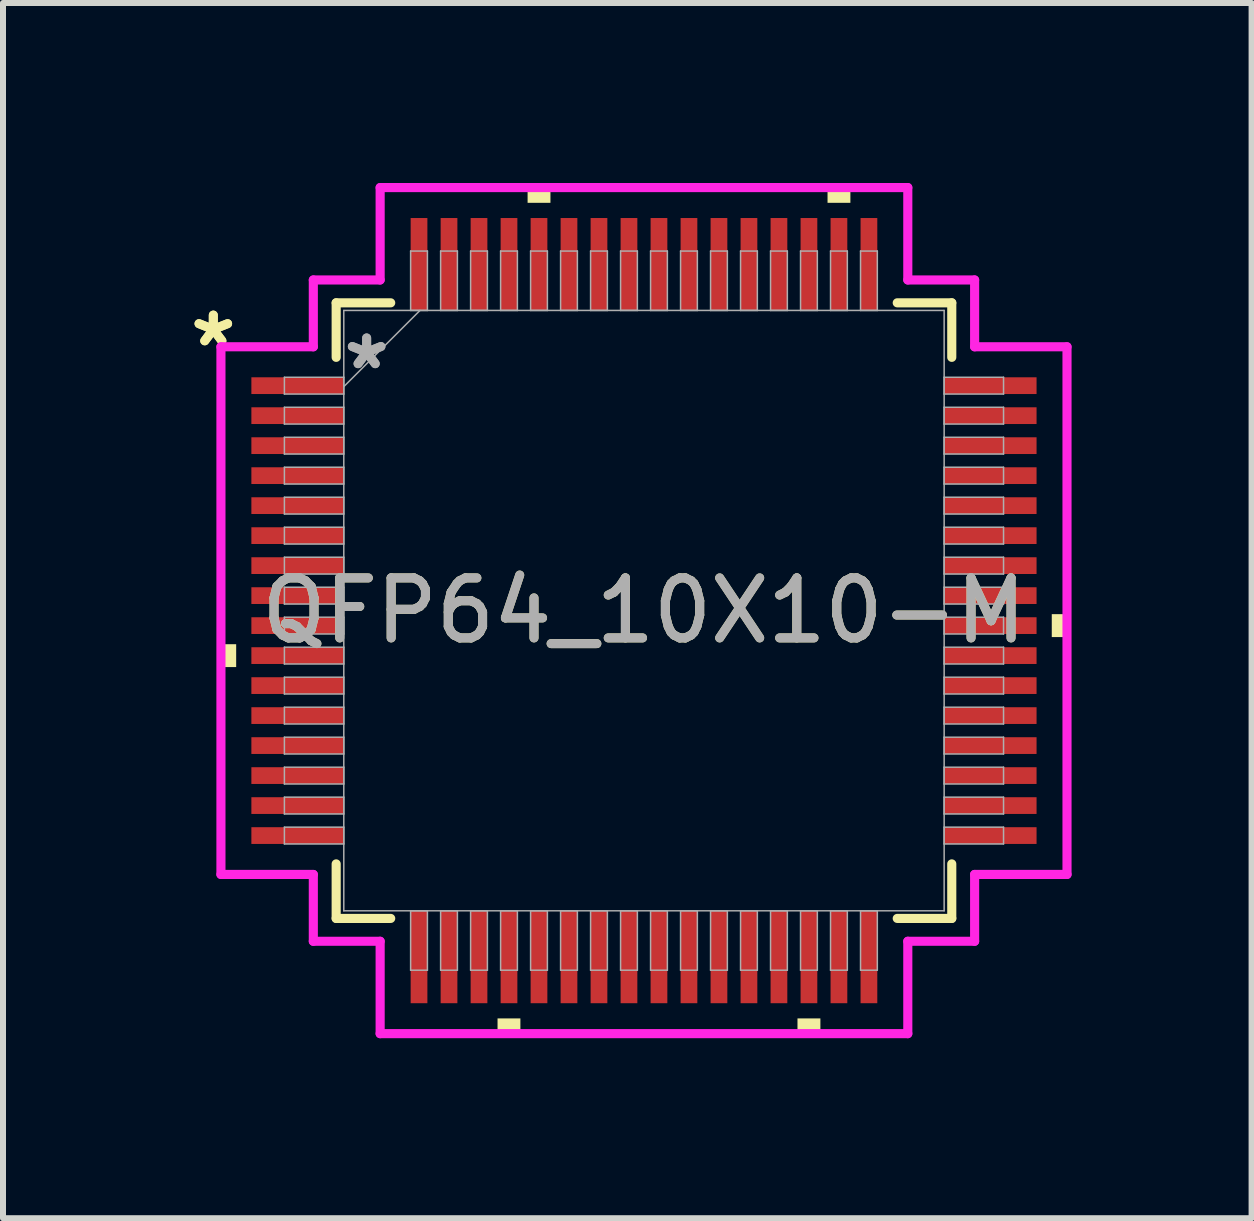
<source format=kicad_pcb>
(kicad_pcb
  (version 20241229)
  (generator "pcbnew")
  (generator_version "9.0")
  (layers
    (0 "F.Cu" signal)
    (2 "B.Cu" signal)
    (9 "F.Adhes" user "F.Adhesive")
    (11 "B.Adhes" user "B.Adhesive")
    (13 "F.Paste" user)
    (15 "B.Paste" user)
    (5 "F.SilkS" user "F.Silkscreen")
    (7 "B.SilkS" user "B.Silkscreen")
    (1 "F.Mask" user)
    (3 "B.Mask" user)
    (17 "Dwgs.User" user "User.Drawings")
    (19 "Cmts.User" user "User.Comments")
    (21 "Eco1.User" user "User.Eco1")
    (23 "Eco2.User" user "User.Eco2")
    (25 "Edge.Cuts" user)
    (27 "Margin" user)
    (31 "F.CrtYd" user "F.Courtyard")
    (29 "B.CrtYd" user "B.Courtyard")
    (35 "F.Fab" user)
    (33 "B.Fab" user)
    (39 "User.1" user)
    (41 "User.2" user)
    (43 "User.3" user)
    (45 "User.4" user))
  (footprint "QFP64_10X10-M"
    (layer "F.Cu")
    (at 7.685 7.129)
    (property "Reference" "QFP64_10X10-M" (at 0 0 0) (unlocked yes) (layer "F.SilkS") (effects (font (size 1 1) (thickness 0.15))))
    (attr smd)
    (fp_line (start -5.131 -5.131) (end -5.131 -4.222) (stroke (width 0.152) (type solid)) (layer "F.SilkS"))
    (fp_line (start -5.131 4.222) (end -5.131 5.131) (stroke (width 0.152) (type solid)) (layer "F.SilkS"))
    (fp_line (start -5.131 5.131) (end -4.222 5.131) (stroke (width 0.152) (type solid)) (layer "F.SilkS"))
    (fp_line (start -4.222 -5.131) (end -5.131 -5.131) (stroke (width 0.152) (type solid)) (layer "F.SilkS"))
    (fp_line (start 4.222 5.131) (end 5.131 5.131) (stroke (width 0.152) (type solid)) (layer "F.SilkS"))
    (fp_line (start 5.131 -5.131) (end 4.222 -5.131) (stroke (width 0.152) (type solid)) (layer "F.SilkS"))
    (fp_line (start 5.131 -4.222) (end 5.131 -5.131) (stroke (width 0.152) (type solid)) (layer "F.SilkS"))
    (fp_line (start 5.131 5.131) (end 5.131 4.222) (stroke (width 0.152) (type solid)) (layer "F.SilkS"))
    (fp_poly (pts (xy -7.052 0.56) (xy -7.052 0.941) (xy -6.798 0.941) (xy -6.798 0.56)) (stroke (width 0) (type solid)) (fill yes) (layer "F.SilkS"))
    (fp_poly (pts (xy -2.441 6.798) (xy -2.441 7.052) (xy -2.06 7.052) (xy -2.06 6.798)) (stroke (width 0) (type solid)) (fill yes) (layer "F.SilkS"))
    (fp_poly (pts (xy -1.94 -6.798) (xy -1.94 -7.052) (xy -1.559 -7.052) (xy -1.559 -6.798)) (stroke (width 0) (type solid)) (fill yes) (layer "F.SilkS"))
    (fp_poly (pts (xy 2.559 6.798) (xy 2.559 7.052) (xy 2.941 7.052) (xy 2.941 6.798)) (stroke (width 0) (type solid)) (fill yes) (layer "F.SilkS"))
    (fp_poly (pts (xy 3.06 -6.798) (xy 3.06 -7.052) (xy 3.441 -7.052) (xy 3.441 -6.798)) (stroke (width 0) (type solid)) (fill yes) (layer "F.SilkS"))
    (fp_poly (pts (xy 7.052 0.059) (xy 7.052 0.441) (xy 6.798 0.441) (xy 6.798 0.059)) (stroke (width 0) (type solid)) (fill yes) (layer "F.SilkS"))
    (fp_line (start -7.052 -4.398) (end -5.512 -4.398) (stroke (width 0.152) (type solid)) (layer "F.CrtYd"))
    (fp_line (start -7.052 4.398) (end -7.052 -4.398) (stroke (width 0.152) (type solid)) (layer "F.CrtYd"))
    (fp_line (start -5.512 -5.512) (end -4.398 -5.512) (stroke (width 0.152) (type solid)) (layer "F.CrtYd"))
    (fp_line (start -5.512 -4.398) (end -5.512 -5.512) (stroke (width 0.152) (type solid)) (layer "F.CrtYd"))
    (fp_line (start -5.512 4.398) (end -7.052 4.398) (stroke (width 0.152) (type solid)) (layer "F.CrtYd"))
    (fp_line (start -5.512 5.512) (end -5.512 4.398) (stroke (width 0.152) (type solid)) (layer "F.CrtYd"))
    (fp_line (start -5.512 5.512) (end -4.398 5.512) (stroke (width 0.152) (type solid)) (layer "F.CrtYd"))
    (fp_line (start -4.398 -7.052) (end 4.398 -7.052) (stroke (width 0.152) (type solid)) (layer "F.CrtYd"))
    (fp_line (start -4.398 -5.512) (end -4.398 -7.052) (stroke (width 0.152) (type solid)) (layer "F.CrtYd"))
    (fp_line (start -4.398 5.512) (end -4.398 7.052) (stroke (width 0.152) (type solid)) (layer "F.CrtYd"))
    (fp_line (start -4.398 7.052) (end 4.398 7.052) (stroke (width 0.152) (type solid)) (layer "F.CrtYd"))
    (fp_line (start 4.398 -7.052) (end 4.398 -5.512) (stroke (width 0.152) (type solid)) (layer "F.CrtYd"))
    (fp_line (start 4.398 -5.512) (end 5.512 -5.512) (stroke (width 0.152) (type solid)) (layer "F.CrtYd"))
    (fp_line (start 4.398 5.512) (end 5.512 5.512) (stroke (width 0.152) (type solid)) (layer "F.CrtYd"))
    (fp_line (start 4.398 7.052) (end 4.398 5.512) (stroke (width 0.152) (type solid)) (layer "F.CrtYd"))
    (fp_line (start 5.512 -4.398) (end 5.512 -5.512) (stroke (width 0.152) (type solid)) (layer "F.CrtYd"))
    (fp_line (start 5.512 4.398) (end 7.052 4.398) (stroke (width 0.152) (type solid)) (layer "F.CrtYd"))
    (fp_line (start 5.512 5.512) (end 5.512 4.398) (stroke (width 0.152) (type solid)) (layer "F.CrtYd"))
    (fp_line (start 7.052 -4.398) (end 5.512 -4.398) (stroke (width 0.152) (type solid)) (layer "F.CrtYd"))
    (fp_line (start 7.052 4.398) (end 7.052 -4.398) (stroke (width 0.152) (type solid)) (layer "F.CrtYd"))
    (fp_line (start -5.994 -3.89) (end -5.994 -3.61) (stroke (width 0.025) (type solid)) (layer "F.Fab"))
    (fp_line (start -5.994 -3.61) (end -5.004 -3.61) (stroke (width 0.025) (type solid)) (layer "F.Fab"))
    (fp_line (start -5.994 -3.39) (end -5.994 -3.11) (stroke (width 0.025) (type solid)) (layer "F.Fab"))
    (fp_line (start -5.994 -3.11) (end -5.004 -3.11) (stroke (width 0.025) (type solid)) (layer "F.Fab"))
    (fp_line (start -5.994 -2.89) (end -5.994 -2.61) (stroke (width 0.025) (type solid)) (layer "F.Fab"))
    (fp_line (start -5.994 -2.61) (end -5.004 -2.61) (stroke (width 0.025) (type solid)) (layer "F.Fab"))
    (fp_line (start -5.994 -2.39) (end -5.994 -2.11) (stroke (width 0.025) (type solid)) (layer "F.Fab"))
    (fp_line (start -5.994 -2.11) (end -5.004 -2.11) (stroke (width 0.025) (type solid)) (layer "F.Fab"))
    (fp_line (start -5.994 -1.89) (end -5.994 -1.61) (stroke (width 0.025) (type solid)) (layer "F.Fab"))
    (fp_line (start -5.994 -1.61) (end -5.004 -1.61) (stroke (width 0.025) (type solid)) (layer "F.Fab"))
    (fp_line (start -5.994 -1.39) (end -5.994 -1.11) (stroke (width 0.025) (type solid)) (layer "F.Fab"))
    (fp_line (start -5.994 -1.11) (end -5.004 -1.11) (stroke (width 0.025) (type solid)) (layer "F.Fab"))
    (fp_line (start -5.994 -0.89) (end -5.994 -0.61) (stroke (width 0.025) (type solid)) (layer "F.Fab"))
    (fp_line (start -5.994 -0.61) (end -5.004 -0.61) (stroke (width 0.025) (type solid)) (layer "F.Fab"))
    (fp_line (start -5.994 -0.39) (end -5.994 -0.11) (stroke (width 0.025) (type solid)) (layer "F.Fab"))
    (fp_line (start -5.994 -0.11) (end -5.004 -0.11) (stroke (width 0.025) (type solid)) (layer "F.Fab"))
    (fp_line (start -5.994 0.11) (end -5.994 0.39) (stroke (width 0.025) (type solid)) (layer "F.Fab"))
    (fp_line (start -5.994 0.39) (end -5.004 0.39) (stroke (width 0.025) (type solid)) (layer "F.Fab"))
    (fp_line (start -5.994 0.61) (end -5.994 0.89) (stroke (width 0.025) (type solid)) (layer "F.Fab"))
    (fp_line (start -5.994 0.89) (end -5.004 0.89) (stroke (width 0.025) (type solid)) (layer "F.Fab"))
    (fp_line (start -5.994 1.11) (end -5.994 1.39) (stroke (width 0.025) (type solid)) (layer "F.Fab"))
    (fp_line (start -5.994 1.39) (end -5.004 1.39) (stroke (width 0.025) (type solid)) (layer "F.Fab"))
    (fp_line (start -5.994 1.61) (end -5.994 1.89) (stroke (width 0.025) (type solid)) (layer "F.Fab"))
    (fp_line (start -5.994 1.89) (end -5.004 1.89) (stroke (width 0.025) (type solid)) (layer "F.Fab"))
    (fp_line (start -5.994 2.11) (end -5.994 2.39) (stroke (width 0.025) (type solid)) (layer "F.Fab"))
    (fp_line (start -5.994 2.39) (end -5.004 2.39) (stroke (width 0.025) (type solid)) (layer "F.Fab"))
    (fp_line (start -5.994 2.61) (end -5.994 2.89) (stroke (width 0.025) (type solid)) (layer "F.Fab"))
    (fp_line (start -5.994 2.89) (end -5.004 2.89) (stroke (width 0.025) (type solid)) (layer "F.Fab"))
    (fp_line (start -5.994 3.11) (end -5.994 3.39) (stroke (width 0.025) (type solid)) (layer "F.Fab"))
    (fp_line (start -5.994 3.39) (end -5.004 3.39) (stroke (width 0.025) (type solid)) (layer "F.Fab"))
    (fp_line (start -5.994 3.61) (end -5.994 3.89) (stroke (width 0.025) (type solid)) (layer "F.Fab"))
    (fp_line (start -5.994 3.89) (end -5.004 3.89) (stroke (width 0.025) (type solid)) (layer "F.Fab"))
    (fp_line (start -5.004 -5.004) (end -5.004 5.004) (stroke (width 0.025) (type solid)) (layer "F.Fab"))
    (fp_line (start -5.004 -3.89) (end -5.994 -3.89) (stroke (width 0.025) (type solid)) (layer "F.Fab"))
    (fp_line (start -5.004 -3.734) (end -3.734 -5.004) (stroke (width 0.025) (type solid)) (layer "F.Fab"))
    (fp_line (start -5.004 -3.61) (end -5.004 -3.89) (stroke (width 0.025) (type solid)) (layer "F.Fab"))
    (fp_line (start -5.004 -3.39) (end -5.994 -3.39) (stroke (width 0.025) (type solid)) (layer "F.Fab"))
    (fp_line (start -5.004 -3.11) (end -5.004 -3.39) (stroke (width 0.025) (type solid)) (layer "F.Fab"))
    (fp_line (start -5.004 -2.89) (end -5.994 -2.89) (stroke (width 0.025) (type solid)) (layer "F.Fab"))
    (fp_line (start -5.004 -2.61) (end -5.004 -2.89) (stroke (width 0.025) (type solid)) (layer "F.Fab"))
    (fp_line (start -5.004 -2.39) (end -5.994 -2.39) (stroke (width 0.025) (type solid)) (layer "F.Fab"))
    (fp_line (start -5.004 -2.11) (end -5.004 -2.39) (stroke (width 0.025) (type solid)) (layer "F.Fab"))
    (fp_line (start -5.004 -1.89) (end -5.994 -1.89) (stroke (width 0.025) (type solid)) (layer "F.Fab"))
    (fp_line (start -5.004 -1.61) (end -5.004 -1.89) (stroke (width 0.025) (type solid)) (layer "F.Fab"))
    (fp_line (start -5.004 -1.39) (end -5.994 -1.39) (stroke (width 0.025) (type solid)) (layer "F.Fab"))
    (fp_line (start -5.004 -1.11) (end -5.004 -1.39) (stroke (width 0.025) (type solid)) (layer "F.Fab"))
    (fp_line (start -5.004 -0.89) (end -5.994 -0.89) (stroke (width 0.025) (type solid)) (layer "F.Fab"))
    (fp_line (start -5.004 -0.61) (end -5.004 -0.89) (stroke (width 0.025) (type solid)) (layer "F.Fab"))
    (fp_line (start -5.004 -0.39) (end -5.994 -0.39) (stroke (width 0.025) (type solid)) (layer "F.Fab"))
    (fp_line (start -5.004 -0.11) (end -5.004 -0.39) (stroke (width 0.025) (type solid)) (layer "F.Fab"))
    (fp_line (start -5.004 0.11) (end -5.994 0.11) (stroke (width 0.025) (type solid)) (layer "F.Fab"))
    (fp_line (start -5.004 0.39) (end -5.004 0.11) (stroke (width 0.025) (type solid)) (layer "F.Fab"))
    (fp_line (start -5.004 0.61) (end -5.994 0.61) (stroke (width 0.025) (type solid)) (layer "F.Fab"))
    (fp_line (start -5.004 0.89) (end -5.004 0.61) (stroke (width 0.025) (type solid)) (layer "F.Fab"))
    (fp_line (start -5.004 1.11) (end -5.994 1.11) (stroke (width 0.025) (type solid)) (layer "F.Fab"))
    (fp_line (start -5.004 1.39) (end -5.004 1.11) (stroke (width 0.025) (type solid)) (layer "F.Fab"))
    (fp_line (start -5.004 1.61) (end -5.994 1.61) (stroke (width 0.025) (type solid)) (layer "F.Fab"))
    (fp_line (start -5.004 1.89) (end -5.004 1.61) (stroke (width 0.025) (type solid)) (layer "F.Fab"))
    (fp_line (start -5.004 2.11) (end -5.994 2.11) (stroke (width 0.025) (type solid)) (layer "F.Fab"))
    (fp_line (start -5.004 2.39) (end -5.004 2.11) (stroke (width 0.025) (type solid)) (layer "F.Fab"))
    (fp_line (start -5.004 2.61) (end -5.994 2.61) (stroke (width 0.025) (type solid)) (layer "F.Fab"))
    (fp_line (start -5.004 2.89) (end -5.004 2.61) (stroke (width 0.025) (type solid)) (layer "F.Fab"))
    (fp_line (start -5.004 3.11) (end -5.994 3.11) (stroke (width 0.025) (type solid)) (layer "F.Fab"))
    (fp_line (start -5.004 3.39) (end -5.004 3.11) (stroke (width 0.025) (type solid)) (layer "F.Fab"))
    (fp_line (start -5.004 3.61) (end -5.994 3.61) (stroke (width 0.025) (type solid)) (layer "F.Fab"))
    (fp_line (start -5.004 3.89) (end -5.004 3.61) (stroke (width 0.025) (type solid)) (layer "F.Fab"))
    (fp_line (start -5.004 5.004) (end 5.004 5.004) (stroke (width 0.025) (type solid)) (layer "F.Fab"))
    (fp_line (start -3.89 -5.994) (end -3.89 -5.004) (stroke (width 0.025) (type solid)) (layer "F.Fab"))
    (fp_line (start -3.89 -5.004) (end -3.61 -5.004) (stroke (width 0.025) (type solid)) (layer "F.Fab"))
    (fp_line (start -3.89 5.004) (end -3.89 5.994) (stroke (width 0.025) (type solid)) (layer "F.Fab"))
    (fp_line (start -3.89 5.994) (end -3.61 5.994) (stroke (width 0.025) (type solid)) (layer "F.Fab"))
    (fp_line (start -3.61 -5.994) (end -3.89 -5.994) (stroke (width 0.025) (type solid)) (layer "F.Fab"))
    (fp_line (start -3.61 -5.004) (end -3.61 -5.994) (stroke (width 0.025) (type solid)) (layer "F.Fab"))
    (fp_line (start -3.61 5.004) (end -3.89 5.004) (stroke (width 0.025) (type solid)) (layer "F.Fab"))
    (fp_line (start -3.61 5.994) (end -3.61 5.004) (stroke (width 0.025) (type solid)) (layer "F.Fab"))
    (fp_line (start -3.39 -5.994) (end -3.39 -5.004) (stroke (width 0.025) (type solid)) (layer "F.Fab"))
    (fp_line (start -3.39 -5.004) (end -3.11 -5.004) (stroke (width 0.025) (type solid)) (layer "F.Fab"))
    (fp_line (start -3.39 5.004) (end -3.39 5.994) (stroke (width 0.025) (type solid)) (layer "F.Fab"))
    (fp_line (start -3.39 5.994) (end -3.11 5.994) (stroke (width 0.025) (type solid)) (layer "F.Fab"))
    (fp_line (start -3.11 -5.994) (end -3.39 -5.994) (stroke (width 0.025) (type solid)) (layer "F.Fab"))
    (fp_line (start -3.11 -5.004) (end -3.11 -5.994) (stroke (width 0.025) (type solid)) (layer "F.Fab"))
    (fp_line (start -3.11 5.004) (end -3.39 5.004) (stroke (width 0.025) (type solid)) (layer "F.Fab"))
    (fp_line (start -3.11 5.994) (end -3.11 5.004) (stroke (width 0.025) (type solid)) (layer "F.Fab"))
    (fp_line (start -2.89 -5.994) (end -2.89 -5.004) (stroke (width 0.025) (type solid)) (layer "F.Fab"))
    (fp_line (start -2.89 -5.004) (end -2.61 -5.004) (stroke (width 0.025) (type solid)) (layer "F.Fab"))
    (fp_line (start -2.89 5.004) (end -2.89 5.994) (stroke (width 0.025) (type solid)) (layer "F.Fab"))
    (fp_line (start -2.89 5.994) (end -2.61 5.994) (stroke (width 0.025) (type solid)) (layer "F.Fab"))
    (fp_line (start -2.61 -5.994) (end -2.89 -5.994) (stroke (width 0.025) (type solid)) (layer "F.Fab"))
    (fp_line (start -2.61 -5.004) (end -2.61 -5.994) (stroke (width 0.025) (type solid)) (layer "F.Fab"))
    (fp_line (start -2.61 5.004) (end -2.89 5.004) (stroke (width 0.025) (type solid)) (layer "F.Fab"))
    (fp_line (start -2.61 5.994) (end -2.61 5.004) (stroke (width 0.025) (type solid)) (layer "F.Fab"))
    (fp_line (start -2.39 -5.994) (end -2.39 -5.004) (stroke (width 0.025) (type solid)) (layer "F.Fab"))
    (fp_line (start -2.39 -5.004) (end -2.11 -5.004) (stroke (width 0.025) (type solid)) (layer "F.Fab"))
    (fp_line (start -2.39 5.004) (end -2.39 5.994) (stroke (width 0.025) (type solid)) (layer "F.Fab"))
    (fp_line (start -2.39 5.994) (end -2.11 5.994) (stroke (width 0.025) (type solid)) (layer "F.Fab"))
    (fp_line (start -2.11 -5.994) (end -2.39 -5.994) (stroke (width 0.025) (type solid)) (layer "F.Fab"))
    (fp_line (start -2.11 -5.004) (end -2.11 -5.994) (stroke (width 0.025) (type solid)) (layer "F.Fab"))
    (fp_line (start -2.11 5.004) (end -2.39 5.004) (stroke (width 0.025) (type solid)) (layer "F.Fab"))
    (fp_line (start -2.11 5.994) (end -2.11 5.004) (stroke (width 0.025) (type solid)) (layer "F.Fab"))
    (fp_line (start -1.89 -5.994) (end -1.89 -5.004) (stroke (width 0.025) (type solid)) (layer "F.Fab"))
    (fp_line (start -1.89 -5.004) (end -1.61 -5.004) (stroke (width 0.025) (type solid)) (layer "F.Fab"))
    (fp_line (start -1.89 5.004) (end -1.89 5.994) (stroke (width 0.025) (type solid)) (layer "F.Fab"))
    (fp_line (start -1.89 5.994) (end -1.61 5.994) (stroke (width 0.025) (type solid)) (layer "F.Fab"))
    (fp_line (start -1.61 -5.994) (end -1.89 -5.994) (stroke (width 0.025) (type solid)) (layer "F.Fab"))
    (fp_line (start -1.61 -5.004) (end -1.61 -5.994) (stroke (width 0.025) (type solid)) (layer "F.Fab"))
    (fp_line (start -1.61 5.004) (end -1.89 5.004) (stroke (width 0.025) (type solid)) (layer "F.Fab"))
    (fp_line (start -1.61 5.994) (end -1.61 5.004) (stroke (width 0.025) (type solid)) (layer "F.Fab"))
    (fp_line (start -1.39 -5.994) (end -1.39 -5.004) (stroke (width 0.025) (type solid)) (layer "F.Fab"))
    (fp_line (start -1.39 -5.004) (end -1.11 -5.004) (stroke (width 0.025) (type solid)) (layer "F.Fab"))
    (fp_line (start -1.39 5.004) (end -1.39 5.994) (stroke (width 0.025) (type solid)) (layer "F.Fab"))
    (fp_line (start -1.39 5.994) (end -1.11 5.994) (stroke (width 0.025) (type solid)) (layer "F.Fab"))
    (fp_line (start -1.11 -5.994) (end -1.39 -5.994) (stroke (width 0.025) (type solid)) (layer "F.Fab"))
    (fp_line (start -1.11 -5.004) (end -1.11 -5.994) (stroke (width 0.025) (type solid)) (layer "F.Fab"))
    (fp_line (start -1.11 5.004) (end -1.39 5.004) (stroke (width 0.025) (type solid)) (layer "F.Fab"))
    (fp_line (start -1.11 5.994) (end -1.11 5.004) (stroke (width 0.025) (type solid)) (layer "F.Fab"))
    (fp_line (start -0.89 -5.994) (end -0.89 -5.004) (stroke (width 0.025) (type solid)) (layer "F.Fab"))
    (fp_line (start -0.89 -5.004) (end -0.61 -5.004) (stroke (width 0.025) (type solid)) (layer "F.Fab"))
    (fp_line (start -0.89 5.004) (end -0.89 5.994) (stroke (width 0.025) (type solid)) (layer "F.Fab"))
    (fp_line (start -0.89 5.994) (end -0.61 5.994) (stroke (width 0.025) (type solid)) (layer "F.Fab"))
    (fp_line (start -0.61 -5.994) (end -0.89 -5.994) (stroke (width 0.025) (type solid)) (layer "F.Fab"))
    (fp_line (start -0.61 -5.004) (end -0.61 -5.994) (stroke (width 0.025) (type solid)) (layer "F.Fab"))
    (fp_line (start -0.61 5.004) (end -0.89 5.004) (stroke (width 0.025) (type solid)) (layer "F.Fab"))
    (fp_line (start -0.61 5.994) (end -0.61 5.004) (stroke (width 0.025) (type solid)) (layer "F.Fab"))
    (fp_line (start -0.39 -5.994) (end -0.39 -5.004) (stroke (width 0.025) (type solid)) (layer "F.Fab"))
    (fp_line (start -0.39 -5.004) (end -0.11 -5.004) (stroke (width 0.025) (type solid)) (layer "F.Fab"))
    (fp_line (start -0.39 5.004) (end -0.39 5.994) (stroke (width 0.025) (type solid)) (layer "F.Fab"))
    (fp_line (start -0.39 5.994) (end -0.11 5.994) (stroke (width 0.025) (type solid)) (layer "F.Fab"))
    (fp_line (start -0.11 -5.994) (end -0.39 -5.994) (stroke (width 0.025) (type solid)) (layer "F.Fab"))
    (fp_line (start -0.11 -5.004) (end -0.11 -5.994) (stroke (width 0.025) (type solid)) (layer "F.Fab"))
    (fp_line (start -0.11 5.004) (end -0.39 5.004) (stroke (width 0.025) (type solid)) (layer "F.Fab"))
    (fp_line (start -0.11 5.994) (end -0.11 5.004) (stroke (width 0.025) (type solid)) (layer "F.Fab"))
    (fp_line (start 0.11 -5.994) (end 0.11 -5.004) (stroke (width 0.025) (type solid)) (layer "F.Fab"))
    (fp_line (start 0.11 -5.004) (end 0.39 -5.004) (stroke (width 0.025) (type solid)) (layer "F.Fab"))
    (fp_line (start 0.11 5.004) (end 0.11 5.994) (stroke (width 0.025) (type solid)) (layer "F.Fab"))
    (fp_line (start 0.11 5.994) (end 0.39 5.994) (stroke (width 0.025) (type solid)) (layer "F.Fab"))
    (fp_line (start 0.39 -5.994) (end 0.11 -5.994) (stroke (width 0.025) (type solid)) (layer "F.Fab"))
    (fp_line (start 0.39 -5.004) (end 0.39 -5.994) (stroke (width 0.025) (type solid)) (layer "F.Fab"))
    (fp_line (start 0.39 5.004) (end 0.11 5.004) (stroke (width 0.025) (type solid)) (layer "F.Fab"))
    (fp_line (start 0.39 5.994) (end 0.39 5.004) (stroke (width 0.025) (type solid)) (layer "F.Fab"))
    (fp_line (start 0.61 -5.994) (end 0.61 -5.004) (stroke (width 0.025) (type solid)) (layer "F.Fab"))
    (fp_line (start 0.61 -5.004) (end 0.89 -5.004) (stroke (width 0.025) (type solid)) (layer "F.Fab"))
    (fp_line (start 0.61 5.004) (end 0.61 5.994) (stroke (width 0.025) (type solid)) (layer "F.Fab"))
    (fp_line (start 0.61 5.994) (end 0.89 5.994) (stroke (width 0.025) (type solid)) (layer "F.Fab"))
    (fp_line (start 0.89 -5.994) (end 0.61 -5.994) (stroke (width 0.025) (type solid)) (layer "F.Fab"))
    (fp_line (start 0.89 -5.004) (end 0.89 -5.994) (stroke (width 0.025) (type solid)) (layer "F.Fab"))
    (fp_line (start 0.89 5.004) (end 0.61 5.004) (stroke (width 0.025) (type solid)) (layer "F.Fab"))
    (fp_line (start 0.89 5.994) (end 0.89 5.004) (stroke (width 0.025) (type solid)) (layer "F.Fab"))
    (fp_line (start 1.11 -5.994) (end 1.11 -5.004) (stroke (width 0.025) (type solid)) (layer "F.Fab"))
    (fp_line (start 1.11 -5.004) (end 1.39 -5.004) (stroke (width 0.025) (type solid)) (layer "F.Fab"))
    (fp_line (start 1.11 5.004) (end 1.11 5.994) (stroke (width 0.025) (type solid)) (layer "F.Fab"))
    (fp_line (start 1.11 5.994) (end 1.39 5.994) (stroke (width 0.025) (type solid)) (layer "F.Fab"))
    (fp_line (start 1.39 -5.994) (end 1.11 -5.994) (stroke (width 0.025) (type solid)) (layer "F.Fab"))
    (fp_line (start 1.39 -5.004) (end 1.39 -5.994) (stroke (width 0.025) (type solid)) (layer "F.Fab"))
    (fp_line (start 1.39 5.004) (end 1.11 5.004) (stroke (width 0.025) (type solid)) (layer "F.Fab"))
    (fp_line (start 1.39 5.994) (end 1.39 5.004) (stroke (width 0.025) (type solid)) (layer "F.Fab"))
    (fp_line (start 1.61 -5.994) (end 1.61 -5.004) (stroke (width 0.025) (type solid)) (layer "F.Fab"))
    (fp_line (start 1.61 -5.004) (end 1.89 -5.004) (stroke (width 0.025) (type solid)) (layer "F.Fab"))
    (fp_line (start 1.61 5.004) (end 1.61 5.994) (stroke (width 0.025) (type solid)) (layer "F.Fab"))
    (fp_line (start 1.61 5.994) (end 1.89 5.994) (stroke (width 0.025) (type solid)) (layer "F.Fab"))
    (fp_line (start 1.89 -5.994) (end 1.61 -5.994) (stroke (width 0.025) (type solid)) (layer "F.Fab"))
    (fp_line (start 1.89 -5.004) (end 1.89 -5.994) (stroke (width 0.025) (type solid)) (layer "F.Fab"))
    (fp_line (start 1.89 5.004) (end 1.61 5.004) (stroke (width 0.025) (type solid)) (layer "F.Fab"))
    (fp_line (start 1.89 5.994) (end 1.89 5.004) (stroke (width 0.025) (type solid)) (layer "F.Fab"))
    (fp_line (start 2.11 -5.994) (end 2.11 -5.004) (stroke (width 0.025) (type solid)) (layer "F.Fab"))
    (fp_line (start 2.11 -5.004) (end 2.39 -5.004) (stroke (width 0.025) (type solid)) (layer "F.Fab"))
    (fp_line (start 2.11 5.004) (end 2.11 5.994) (stroke (width 0.025) (type solid)) (layer "F.Fab"))
    (fp_line (start 2.11 5.994) (end 2.39 5.994) (stroke (width 0.025) (type solid)) (layer "F.Fab"))
    (fp_line (start 2.39 -5.994) (end 2.11 -5.994) (stroke (width 0.025) (type solid)) (layer "F.Fab"))
    (fp_line (start 2.39 -5.004) (end 2.39 -5.994) (stroke (width 0.025) (type solid)) (layer "F.Fab"))
    (fp_line (start 2.39 5.004) (end 2.11 5.004) (stroke (width 0.025) (type solid)) (layer "F.Fab"))
    (fp_line (start 2.39 5.994) (end 2.39 5.004) (stroke (width 0.025) (type solid)) (layer "F.Fab"))
    (fp_line (start 2.61 -5.994) (end 2.61 -5.004) (stroke (width 0.025) (type solid)) (layer "F.Fab"))
    (fp_line (start 2.61 -5.004) (end 2.89 -5.004) (stroke (width 0.025) (type solid)) (layer "F.Fab"))
    (fp_line (start 2.61 5.004) (end 2.61 5.994) (stroke (width 0.025) (type solid)) (layer "F.Fab"))
    (fp_line (start 2.61 5.994) (end 2.89 5.994) (stroke (width 0.025) (type solid)) (layer "F.Fab"))
    (fp_line (start 2.89 -5.994) (end 2.61 -5.994) (stroke (width 0.025) (type solid)) (layer "F.Fab"))
    (fp_line (start 2.89 -5.004) (end 2.89 -5.994) (stroke (width 0.025) (type solid)) (layer "F.Fab"))
    (fp_line (start 2.89 5.004) (end 2.61 5.004) (stroke (width 0.025) (type solid)) (layer "F.Fab"))
    (fp_line (start 2.89 5.994) (end 2.89 5.004) (stroke (width 0.025) (type solid)) (layer "F.Fab"))
    (fp_line (start 3.11 -5.994) (end 3.11 -5.004) (stroke (width 0.025) (type solid)) (layer "F.Fab"))
    (fp_line (start 3.11 -5.004) (end 3.39 -5.004) (stroke (width 0.025) (type solid)) (layer "F.Fab"))
    (fp_line (start 3.11 5.004) (end 3.11 5.994) (stroke (width 0.025) (type solid)) (layer "F.Fab"))
    (fp_line (start 3.11 5.994) (end 3.39 5.994) (stroke (width 0.025) (type solid)) (layer "F.Fab"))
    (fp_line (start 3.39 -5.994) (end 3.11 -5.994) (stroke (width 0.025) (type solid)) (layer "F.Fab"))
    (fp_line (start 3.39 -5.004) (end 3.39 -5.994) (stroke (width 0.025) (type solid)) (layer "F.Fab"))
    (fp_line (start 3.39 5.004) (end 3.11 5.004) (stroke (width 0.025) (type solid)) (layer "F.Fab"))
    (fp_line (start 3.39 5.994) (end 3.39 5.004) (stroke (width 0.025) (type solid)) (layer "F.Fab"))
    (fp_line (start 3.61 -5.994) (end 3.61 -5.004) (stroke (width 0.025) (type solid)) (layer "F.Fab"))
    (fp_line (start 3.61 -5.004) (end 3.89 -5.004) (stroke (width 0.025) (type solid)) (layer "F.Fab"))
    (fp_line (start 3.61 5.004) (end 3.61 5.994) (stroke (width 0.025) (type solid)) (layer "F.Fab"))
    (fp_line (start 3.61 5.994) (end 3.89 5.994) (stroke (width 0.025) (type solid)) (layer "F.Fab"))
    (fp_line (start 3.89 -5.994) (end 3.61 -5.994) (stroke (width 0.025) (type solid)) (layer "F.Fab"))
    (fp_line (start 3.89 -5.004) (end 3.89 -5.994) (stroke (width 0.025) (type solid)) (layer "F.Fab"))
    (fp_line (start 3.89 5.004) (end 3.61 5.004) (stroke (width 0.025) (type solid)) (layer "F.Fab"))
    (fp_line (start 3.89 5.994) (end 3.89 5.004) (stroke (width 0.025) (type solid)) (layer "F.Fab"))
    (fp_line (start 5.004 -5.004) (end -5.004 -5.004) (stroke (width 0.025) (type solid)) (layer "F.Fab"))
    (fp_line (start 5.004 -3.89) (end 5.004 -3.61) (stroke (width 0.025) (type solid)) (layer "F.Fab"))
    (fp_line (start 5.004 -3.61) (end 5.994 -3.61) (stroke (width 0.025) (type solid)) (layer "F.Fab"))
    (fp_line (start 5.004 -3.39) (end 5.004 -3.11) (stroke (width 0.025) (type solid)) (layer "F.Fab"))
    (fp_line (start 5.004 -3.11) (end 5.994 -3.11) (stroke (width 0.025) (type solid)) (layer "F.Fab"))
    (fp_line (start 5.004 -2.89) (end 5.004 -2.61) (stroke (width 0.025) (type solid)) (layer "F.Fab"))
    (fp_line (start 5.004 -2.61) (end 5.994 -2.61) (stroke (width 0.025) (type solid)) (layer "F.Fab"))
    (fp_line (start 5.004 -2.39) (end 5.004 -2.11) (stroke (width 0.025) (type solid)) (layer "F.Fab"))
    (fp_line (start 5.004 -2.11) (end 5.994 -2.11) (stroke (width 0.025) (type solid)) (layer "F.Fab"))
    (fp_line (start 5.004 -1.89) (end 5.004 -1.61) (stroke (width 0.025) (type solid)) (layer "F.Fab"))
    (fp_line (start 5.004 -1.61) (end 5.994 -1.61) (stroke (width 0.025) (type solid)) (layer "F.Fab"))
    (fp_line (start 5.004 -1.39) (end 5.004 -1.11) (stroke (width 0.025) (type solid)) (layer "F.Fab"))
    (fp_line (start 5.004 -1.11) (end 5.994 -1.11) (stroke (width 0.025) (type solid)) (layer "F.Fab"))
    (fp_line (start 5.004 -0.89) (end 5.004 -0.61) (stroke (width 0.025) (type solid)) (layer "F.Fab"))
    (fp_line (start 5.004 -0.61) (end 5.994 -0.61) (stroke (width 0.025) (type solid)) (layer "F.Fab"))
    (fp_line (start 5.004 -0.39) (end 5.004 -0.11) (stroke (width 0.025) (type solid)) (layer "F.Fab"))
    (fp_line (start 5.004 -0.11) (end 5.994 -0.11) (stroke (width 0.025) (type solid)) (layer "F.Fab"))
    (fp_line (start 5.004 0.11) (end 5.004 0.39) (stroke (width 0.025) (type solid)) (layer "F.Fab"))
    (fp_line (start 5.004 0.39) (end 5.994 0.39) (stroke (width 0.025) (type solid)) (layer "F.Fab"))
    (fp_line (start 5.004 0.61) (end 5.004 0.89) (stroke (width 0.025) (type solid)) (layer "F.Fab"))
    (fp_line (start 5.004 0.89) (end 5.994 0.89) (stroke (width 0.025) (type solid)) (layer "F.Fab"))
    (fp_line (start 5.004 1.11) (end 5.004 1.39) (stroke (width 0.025) (type solid)) (layer "F.Fab"))
    (fp_line (start 5.004 1.39) (end 5.994 1.39) (stroke (width 0.025) (type solid)) (layer "F.Fab"))
    (fp_line (start 5.004 1.61) (end 5.004 1.89) (stroke (width 0.025) (type solid)) (layer "F.Fab"))
    (fp_line (start 5.004 1.89) (end 5.994 1.89) (stroke (width 0.025) (type solid)) (layer "F.Fab"))
    (fp_line (start 5.004 2.11) (end 5.004 2.39) (stroke (width 0.025) (type solid)) (layer "F.Fab"))
    (fp_line (start 5.004 2.39) (end 5.994 2.39) (stroke (width 0.025) (type solid)) (layer "F.Fab"))
    (fp_line (start 5.004 2.61) (end 5.004 2.89) (stroke (width 0.025) (type solid)) (layer "F.Fab"))
    (fp_line (start 5.004 2.89) (end 5.994 2.89) (stroke (width 0.025) (type solid)) (layer "F.Fab"))
    (fp_line (start 5.004 3.11) (end 5.004 3.39) (stroke (width 0.025) (type solid)) (layer "F.Fab"))
    (fp_line (start 5.004 3.39) (end 5.994 3.39) (stroke (width 0.025) (type solid)) (layer "F.Fab"))
    (fp_line (start 5.004 3.61) (end 5.004 3.89) (stroke (width 0.025) (type solid)) (layer "F.Fab"))
    (fp_line (start 5.004 3.89) (end 5.994 3.89) (stroke (width 0.025) (type solid)) (layer "F.Fab"))
    (fp_line (start 5.004 5.004) (end 5.004 -5.004) (stroke (width 0.025) (type solid)) (layer "F.Fab"))
    (fp_line (start 5.994 -3.89) (end 5.004 -3.89) (stroke (width 0.025) (type solid)) (layer "F.Fab"))
    (fp_line (start 5.994 -3.61) (end 5.994 -3.89) (stroke (width 0.025) (type solid)) (layer "F.Fab"))
    (fp_line (start 5.994 -3.39) (end 5.004 -3.39) (stroke (width 0.025) (type solid)) (layer "F.Fab"))
    (fp_line (start 5.994 -3.11) (end 5.994 -3.39) (stroke (width 0.025) (type solid)) (layer "F.Fab"))
    (fp_line (start 5.994 -2.89) (end 5.004 -2.89) (stroke (width 0.025) (type solid)) (layer "F.Fab"))
    (fp_line (start 5.994 -2.61) (end 5.994 -2.89) (stroke (width 0.025) (type solid)) (layer "F.Fab"))
    (fp_line (start 5.994 -2.39) (end 5.004 -2.39) (stroke (width 0.025) (type solid)) (layer "F.Fab"))
    (fp_line (start 5.994 -2.11) (end 5.994 -2.39) (stroke (width 0.025) (type solid)) (layer "F.Fab"))
    (fp_line (start 5.994 -1.89) (end 5.004 -1.89) (stroke (width 0.025) (type solid)) (layer "F.Fab"))
    (fp_line (start 5.994 -1.61) (end 5.994 -1.89) (stroke (width 0.025) (type solid)) (layer "F.Fab"))
    (fp_line (start 5.994 -1.39) (end 5.004 -1.39) (stroke (width 0.025) (type solid)) (layer "F.Fab"))
    (fp_line (start 5.994 -1.11) (end 5.994 -1.39) (stroke (width 0.025) (type solid)) (layer "F.Fab"))
    (fp_line (start 5.994 -0.89) (end 5.004 -0.89) (stroke (width 0.025) (type solid)) (layer "F.Fab"))
    (fp_line (start 5.994 -0.61) (end 5.994 -0.89) (stroke (width 0.025) (type solid)) (layer "F.Fab"))
    (fp_line (start 5.994 -0.39) (end 5.004 -0.39) (stroke (width 0.025) (type solid)) (layer "F.Fab"))
    (fp_line (start 5.994 -0.11) (end 5.994 -0.39) (stroke (width 0.025) (type solid)) (layer "F.Fab"))
    (fp_line (start 5.994 0.11) (end 5.004 0.11) (stroke (width 0.025) (type solid)) (layer "F.Fab"))
    (fp_line (start 5.994 0.39) (end 5.994 0.11) (stroke (width 0.025) (type solid)) (layer "F.Fab"))
    (fp_line (start 5.994 0.61) (end 5.004 0.61) (stroke (width 0.025) (type solid)) (layer "F.Fab"))
    (fp_line (start 5.994 0.89) (end 5.994 0.61) (stroke (width 0.025) (type solid)) (layer "F.Fab"))
    (fp_line (start 5.994 1.11) (end 5.004 1.11) (stroke (width 0.025) (type solid)) (layer "F.Fab"))
    (fp_line (start 5.994 1.39) (end 5.994 1.11) (stroke (width 0.025) (type solid)) (layer "F.Fab"))
    (fp_line (start 5.994 1.61) (end 5.004 1.61) (stroke (width 0.025) (type solid)) (layer "F.Fab"))
    (fp_line (start 5.994 1.89) (end 5.994 1.61) (stroke (width 0.025) (type solid)) (layer "F.Fab"))
    (fp_line (start 5.994 2.11) (end 5.004 2.11) (stroke (width 0.025) (type solid)) (layer "F.Fab"))
    (fp_line (start 5.994 2.39) (end 5.994 2.11) (stroke (width 0.025) (type solid)) (layer "F.Fab"))
    (fp_line (start 5.994 2.61) (end 5.004 2.61) (stroke (width 0.025) (type solid)) (layer "F.Fab"))
    (fp_line (start 5.994 2.89) (end 5.994 2.61) (stroke (width 0.025) (type solid)) (layer "F.Fab"))
    (fp_line (start 5.994 3.11) (end 5.004 3.11) (stroke (width 0.025) (type solid)) (layer "F.Fab"))
    (fp_line (start 5.994 3.39) (end 5.994 3.11) (stroke (width 0.025) (type solid)) (layer "F.Fab"))
    (fp_line (start 5.994 3.61) (end 5.004 3.61) (stroke (width 0.025) (type solid)) (layer "F.Fab"))
    (fp_line (start 5.994 3.89) (end 5.994 3.61) (stroke (width 0.025) (type solid)) (layer "F.Fab"))
    (fp_text user "*" (at -7.179 -4.381 0) (unlocked yes) (layer "F.SilkS") (effects (font (size 1 1) (thickness 0.15))))
    (fp_text user "*" (at -7.179 -4.381 0) (layer "F.SilkS") (effects (font (size 1 1) (thickness 0.15))))
    (fp_text user "*" (at -4.623 -4 0) (layer "F.Fab") (effects (font (size 1 1) (thickness 0.15))))
    (fp_text user "*" (at -4.623 -4 0) (unlocked yes) (layer "F.Fab") (effects (font (size 1 1) (thickness 0.15))))
    (fp_text user "${REFERENCE}" (at 0 0 0) (unlocked yes) (layer "F.Fab") (effects (font (size 1 1) (thickness 0.15))))
    (pad "1" smd rect (at -5.774 -3.75 90) (size 0.279 1.541) (layers "F.Cu" "F.Mask" "F.Paste"))
    (pad "2" smd rect (at -5.774 -3.25 90) (size 0.279 1.541) (layers "F.Cu" "F.Mask" "F.Paste"))
    (pad "3" smd rect (at -5.774 -2.75 90) (size 0.279 1.541) (layers "F.Cu" "F.Mask" "F.Paste"))
    (pad "4" smd rect (at -5.774 -2.25 90) (size 0.279 1.541) (layers "F.Cu" "F.Mask" "F.Paste"))
    (pad "5" smd rect (at -5.774 -1.75 90) (size 0.279 1.541) (layers "F.Cu" "F.Mask" "F.Paste"))
    (pad "6" smd rect (at -5.774 -1.25 90) (size 0.279 1.541) (layers "F.Cu" "F.Mask" "F.Paste"))
    (pad "7" smd rect (at -5.774 -0.75 90) (size 0.279 1.541) (layers "F.Cu" "F.Mask" "F.Paste"))
    (pad "8" smd rect (at -5.774 -0.25 90) (size 0.279 1.541) (layers "F.Cu" "F.Mask" "F.Paste"))
    (pad "9" smd rect (at -5.774 0.25 90) (size 0.279 1.541) (layers "F.Cu" "F.Mask" "F.Paste"))
    (pad "10" smd rect (at -5.774 0.75 90) (size 0.279 1.541) (layers "F.Cu" "F.Mask" "F.Paste"))
    (pad "11" smd rect (at -5.774 1.25 90) (size 0.279 1.541) (layers "F.Cu" "F.Mask" "F.Paste"))
    (pad "12" smd rect (at -5.774 1.75 90) (size 0.279 1.541) (layers "F.Cu" "F.Mask" "F.Paste"))
    (pad "13" smd rect (at -5.774 2.25 90) (size 0.279 1.541) (layers "F.Cu" "F.Mask" "F.Paste"))
    (pad "14" smd rect (at -5.774 2.75 90) (size 0.279 1.541) (layers "F.Cu" "F.Mask" "F.Paste"))
    (pad "15" smd rect (at -5.774 3.25 90) (size 0.279 1.541) (layers "F.Cu" "F.Mask" "F.Paste"))
    (pad "16" smd rect (at -5.774 3.75 90) (size 0.279 1.541) (layers "F.Cu" "F.Mask" "F.Paste"))
    (pad "17" smd rect (at -3.75 5.774) (size 0.279 1.541) (layers "F.Cu" "F.Mask" "F.Paste"))
    (pad "18" smd rect (at -3.25 5.774) (size 0.279 1.541) (layers "F.Cu" "F.Mask" "F.Paste"))
    (pad "19" smd rect (at -2.75 5.774) (size 0.279 1.541) (layers "F.Cu" "F.Mask" "F.Paste"))
    (pad "20" smd rect (at -2.25 5.774) (size 0.279 1.541) (layers "F.Cu" "F.Mask" "F.Paste"))
    (pad "21" smd rect (at -1.75 5.774) (size 0.279 1.541) (layers "F.Cu" "F.Mask" "F.Paste"))
    (pad "22" smd rect (at -1.25 5.774) (size 0.279 1.541) (layers "F.Cu" "F.Mask" "F.Paste"))
    (pad "23" smd rect (at -0.75 5.774) (size 0.279 1.541) (layers "F.Cu" "F.Mask" "F.Paste"))
    (pad "24" smd rect (at -0.25 5.774) (size 0.279 1.541) (layers "F.Cu" "F.Mask" "F.Paste"))
    (pad "25" smd rect (at 0.25 5.774) (size 0.279 1.541) (layers "F.Cu" "F.Mask" "F.Paste"))
    (pad "26" smd rect (at 0.75 5.774) (size 0.279 1.541) (layers "F.Cu" "F.Mask" "F.Paste"))
    (pad "27" smd rect (at 1.25 5.774) (size 0.279 1.541) (layers "F.Cu" "F.Mask" "F.Paste"))
    (pad "28" smd rect (at 1.75 5.774) (size 0.279 1.541) (layers "F.Cu" "F.Mask" "F.Paste"))
    (pad "29" smd rect (at 2.25 5.774) (size 0.279 1.541) (layers "F.Cu" "F.Mask" "F.Paste"))
    (pad "30" smd rect (at 2.75 5.774) (size 0.279 1.541) (layers "F.Cu" "F.Mask" "F.Paste"))
    (pad "31" smd rect (at 3.25 5.774) (size 0.279 1.541) (layers "F.Cu" "F.Mask" "F.Paste"))
    (pad "32" smd rect (at 3.75 5.774) (size 0.279 1.541) (layers "F.Cu" "F.Mask" "F.Paste"))
    (pad "33" smd rect (at 5.774 3.75 90) (size 0.279 1.541) (layers "F.Cu" "F.Mask" "F.Paste"))
    (pad "34" smd rect (at 5.774 3.25 90) (size 0.279 1.541) (layers "F.Cu" "F.Mask" "F.Paste"))
    (pad "35" smd rect (at 5.774 2.75 90) (size 0.279 1.541) (layers "F.Cu" "F.Mask" "F.Paste"))
    (pad "36" smd rect (at 5.774 2.25 90) (size 0.279 1.541) (layers "F.Cu" "F.Mask" "F.Paste"))
    (pad "37" smd rect (at 5.774 1.75 90) (size 0.279 1.541) (layers "F.Cu" "F.Mask" "F.Paste"))
    (pad "38" smd rect (at 5.774 1.25 90) (size 0.279 1.541) (layers "F.Cu" "F.Mask" "F.Paste"))
    (pad "39" smd rect (at 5.774 0.75 90) (size 0.279 1.541) (layers "F.Cu" "F.Mask" "F.Paste"))
    (pad "40" smd rect (at 5.774 0.25 90) (size 0.279 1.541) (layers "F.Cu" "F.Mask" "F.Paste"))
    (pad "41" smd rect (at 5.774 -0.25 90) (size 0.279 1.541) (layers "F.Cu" "F.Mask" "F.Paste"))
    (pad "42" smd rect (at 5.774 -0.75 90) (size 0.279 1.541) (layers "F.Cu" "F.Mask" "F.Paste"))
    (pad "43" smd rect (at 5.774 -1.25 90) (size 0.279 1.541) (layers "F.Cu" "F.Mask" "F.Paste"))
    (pad "44" smd rect (at 5.774 -1.75 90) (size 0.279 1.541) (layers "F.Cu" "F.Mask" "F.Paste"))
    (pad "45" smd rect (at 5.774 -2.25 90) (size 0.279 1.541) (layers "F.Cu" "F.Mask" "F.Paste"))
    (pad "46" smd rect (at 5.774 -2.75 90) (size 0.279 1.541) (layers "F.Cu" "F.Mask" "F.Paste"))
    (pad "47" smd rect (at 5.774 -3.25 90) (size 0.279 1.541) (layers "F.Cu" "F.Mask" "F.Paste"))
    (pad "48" smd rect (at 5.774 -3.75 90) (size 0.279 1.541) (layers "F.Cu" "F.Mask" "F.Paste"))
    (pad "49" smd rect (at 3.75 -5.774) (size 0.279 1.541) (layers "F.Cu" "F.Mask" "F.Paste"))
    (pad "50" smd rect (at 3.25 -5.774) (size 0.279 1.541) (layers "F.Cu" "F.Mask" "F.Paste"))
    (pad "51" smd rect (at 2.75 -5.774) (size 0.279 1.541) (layers "F.Cu" "F.Mask" "F.Paste"))
    (pad "52" smd rect (at 2.25 -5.774) (size 0.279 1.541) (layers "F.Cu" "F.Mask" "F.Paste"))
    (pad "53" smd rect (at 1.75 -5.774) (size 0.279 1.541) (layers "F.Cu" "F.Mask" "F.Paste"))
    (pad "54" smd rect (at 1.25 -5.774) (size 0.279 1.541) (layers "F.Cu" "F.Mask" "F.Paste"))
    (pad "55" smd rect (at 0.75 -5.774) (size 0.279 1.541) (layers "F.Cu" "F.Mask" "F.Paste"))
    (pad "56" smd rect (at 0.25 -5.774) (size 0.279 1.541) (layers "F.Cu" "F.Mask" "F.Paste"))
    (pad "57" smd rect (at -0.25 -5.774) (size 0.279 1.541) (layers "F.Cu" "F.Mask" "F.Paste"))
    (pad "58" smd rect (at -0.75 -5.774) (size 0.279 1.541) (layers "F.Cu" "F.Mask" "F.Paste"))
    (pad "59" smd rect (at -1.25 -5.774) (size 0.279 1.541) (layers "F.Cu" "F.Mask" "F.Paste"))
    (pad "60" smd rect (at -1.75 -5.774) (size 0.279 1.541) (layers "F.Cu" "F.Mask" "F.Paste"))
    (pad "61" smd rect (at -2.25 -5.774) (size 0.279 1.541) (layers "F.Cu" "F.Mask" "F.Paste"))
    (pad "62" smd rect (at -2.75 -5.774) (size 0.279 1.541) (layers "F.Cu" "F.Mask" "F.Paste"))
    (pad "63" smd rect (at -3.25 -5.774) (size 0.279 1.541) (layers "F.Cu" "F.Mask" "F.Paste"))
    (pad "64" smd rect (at -3.75 -5.774) (size 0.279 1.541) (layers "F.Cu" "F.Mask" "F.Paste")))
  (gr_rect
    (start -3 -3)
    (end 17.814 17.257)
    (stroke (width 0.1) (type default))
    (fill no)
    (layer "Edge.Cuts")))
</source>
